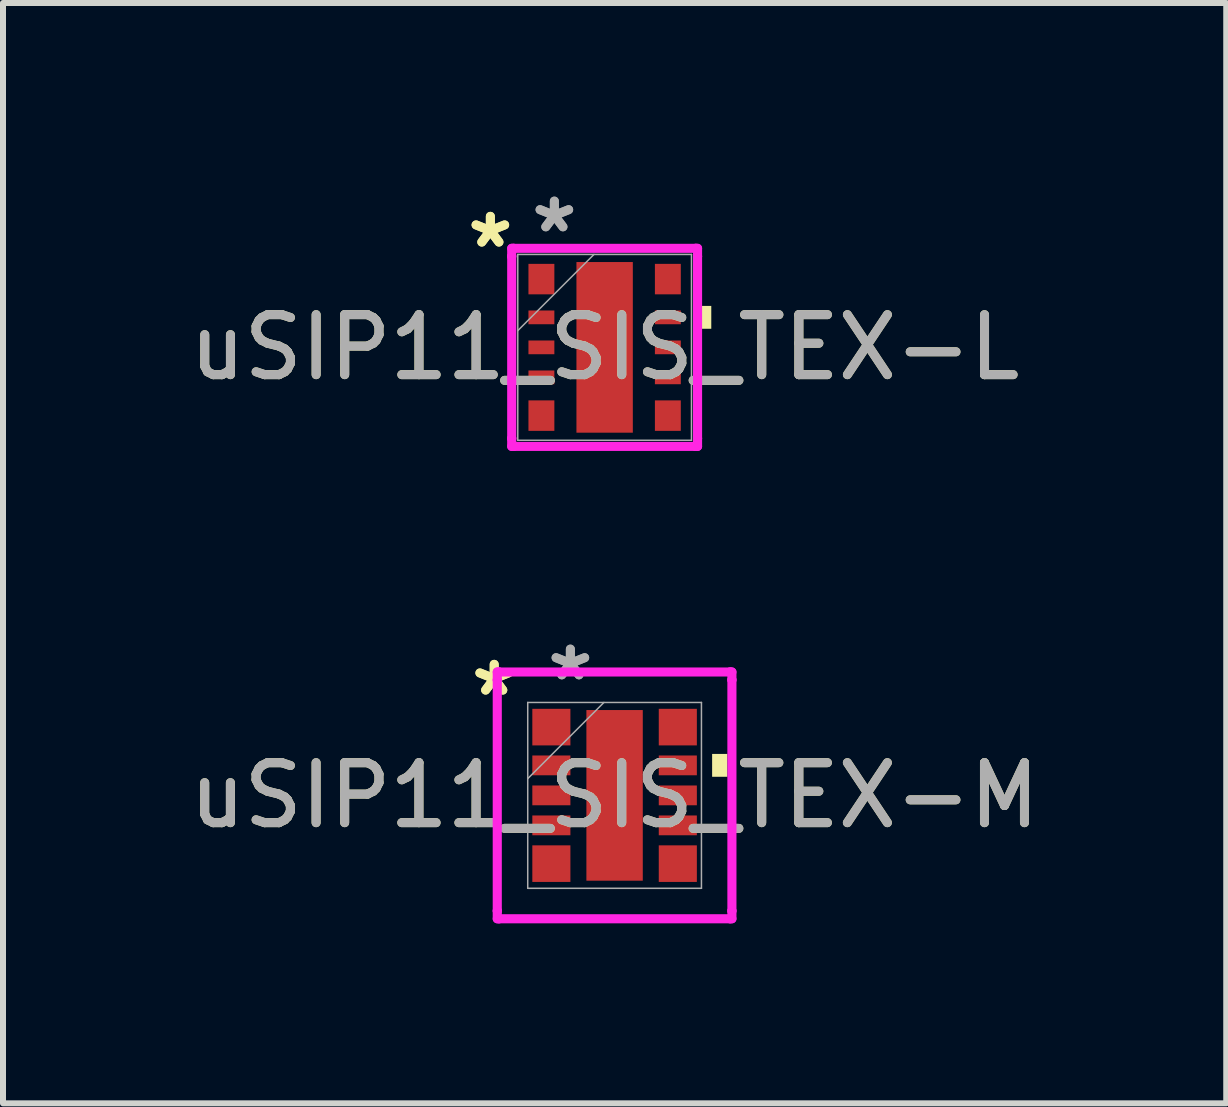
<source format=kicad_pcb>
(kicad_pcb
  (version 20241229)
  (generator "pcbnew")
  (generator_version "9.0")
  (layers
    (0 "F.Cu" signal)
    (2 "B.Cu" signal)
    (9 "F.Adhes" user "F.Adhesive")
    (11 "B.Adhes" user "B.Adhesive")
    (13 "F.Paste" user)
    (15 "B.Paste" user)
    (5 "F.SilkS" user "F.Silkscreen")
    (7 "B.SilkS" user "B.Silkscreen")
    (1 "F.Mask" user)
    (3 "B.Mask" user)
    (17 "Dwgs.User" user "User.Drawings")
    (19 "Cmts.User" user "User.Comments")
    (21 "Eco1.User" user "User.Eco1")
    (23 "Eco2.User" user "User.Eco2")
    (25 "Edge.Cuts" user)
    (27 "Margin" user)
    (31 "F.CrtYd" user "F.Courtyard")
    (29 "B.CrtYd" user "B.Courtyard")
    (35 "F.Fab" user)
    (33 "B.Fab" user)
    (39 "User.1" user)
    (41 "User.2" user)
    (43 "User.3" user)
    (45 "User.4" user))
  (footprint "uSIP11_SIS_TEX-M"
    (layer "F.Cu")
    (at 7.196 10.21)
    (property "Reference" "uSIP11_SIS_TEX-M" (at 0 0 0) (unlocked yes) (layer "F.SilkS") (effects (font (size 1 1) (thickness 0.15))))
    (attr smd)
    (fp_poly (pts (xy 1.88 -0.691) (xy 1.88 -0.31) (xy 1.626 -0.31) (xy 1.626 -0.691)) (stroke (width 0) (type solid)) (fill yes) (layer "F.SilkS"))
    (fp_poly (pts (xy -0.37 -1.322) (xy -0.37 -0.1) (xy 0.37 -0.1) (xy 0.37 -1.322)) (stroke (width 0) (type solid)) (fill yes) (layer "F.Paste"))
    (fp_poly (pts (xy -0.37 0.1) (xy -0.37 1.322) (xy 0.37 1.322) (xy 0.37 0.1)) (stroke (width 0) (type solid)) (fill yes) (layer "F.Paste"))
    (fp_line (start -1.956 -2.057) (end -1.925 -2.057) (stroke (width 0.152) (type solid)) (layer "F.CrtYd"))
    (fp_line (start -1.956 -1.925) (end -1.956 -2.057) (stroke (width 0.152) (type solid)) (layer "F.CrtYd"))
    (fp_line (start -1.956 -1.925) (end -1.956 -1.925) (stroke (width 0.152) (type solid)) (layer "F.CrtYd"))
    (fp_line (start -1.956 1.925) (end -1.956 -1.925) (stroke (width 0.152) (type solid)) (layer "F.CrtYd"))
    (fp_line (start -1.956 1.925) (end -1.956 1.925) (stroke (width 0.152) (type solid)) (layer "F.CrtYd"))
    (fp_line (start -1.956 2.057) (end -1.956 1.925) (stroke (width 0.152) (type solid)) (layer "F.CrtYd"))
    (fp_line (start -1.925 -2.057) (end -1.925 -2.057) (stroke (width 0.152) (type solid)) (layer "F.CrtYd"))
    (fp_line (start -1.925 -2.057) (end 1.925 -2.057) (stroke (width 0.152) (type solid)) (layer "F.CrtYd"))
    (fp_line (start -1.925 2.057) (end -1.956 2.057) (stroke (width 0.152) (type solid)) (layer "F.CrtYd"))
    (fp_line (start -1.925 2.057) (end -1.925 2.057) (stroke (width 0.152) (type solid)) (layer "F.CrtYd"))
    (fp_line (start 1.925 -2.057) (end 1.925 -2.057) (stroke (width 0.152) (type solid)) (layer "F.CrtYd"))
    (fp_line (start 1.925 -2.057) (end 1.956 -2.057) (stroke (width 0.152) (type solid)) (layer "F.CrtYd"))
    (fp_line (start 1.925 2.057) (end -1.925 2.057) (stroke (width 0.152) (type solid)) (layer "F.CrtYd"))
    (fp_line (start 1.925 2.057) (end 1.925 2.057) (stroke (width 0.152) (type solid)) (layer "F.CrtYd"))
    (fp_line (start 1.956 -2.057) (end 1.956 -1.925) (stroke (width 0.152) (type solid)) (layer "F.CrtYd"))
    (fp_line (start 1.956 -1.925) (end 1.956 -1.925) (stroke (width 0.152) (type solid)) (layer "F.CrtYd"))
    (fp_line (start 1.956 -1.925) (end 1.956 1.925) (stroke (width 0.152) (type solid)) (layer "F.CrtYd"))
    (fp_line (start 1.956 1.925) (end 1.956 1.925) (stroke (width 0.152) (type solid)) (layer "F.CrtYd"))
    (fp_line (start 1.956 1.925) (end 1.956 2.057) (stroke (width 0.152) (type solid)) (layer "F.CrtYd"))
    (fp_line (start 1.956 2.057) (end 1.925 2.057) (stroke (width 0.152) (type solid)) (layer "F.CrtYd"))
    (fp_line (start -1.448 -1.549) (end -1.448 1.549) (stroke (width 0.025) (type solid)) (layer "F.Fab"))
    (fp_line (start -1.448 -0.279) (end -0.178 -1.549) (stroke (width 0.025) (type solid)) (layer "F.Fab"))
    (fp_line (start -1.448 1.549) (end 1.448 1.549) (stroke (width 0.025) (type solid)) (layer "F.Fab"))
    (fp_line (start 1.448 -1.549) (end -1.448 -1.549) (stroke (width 0.025) (type solid)) (layer "F.Fab"))
    (fp_line (start 1.448 1.549) (end 1.448 -1.549) (stroke (width 0.025) (type solid)) (layer "F.Fab"))
    (fp_text user "*" (at -2.007 -1.639 0) (unlocked yes) (layer "F.SilkS") (effects (font (size 1 1) (thickness 0.15))))
    (fp_text user "*" (at -2.007 -1.639 0) (layer "F.SilkS") (effects (font (size 1 1) (thickness 0.15))))
    (fp_text user "*" (at -0.737 -1.893 0) (unlocked yes) (layer "F.Fab") (effects (font (size 1 1) (thickness 0.15))))
    (fp_text user "*" (at -0.737 -1.893 0) (layer "F.Fab") (effects (font (size 1 1) (thickness 0.15))))
    (fp_text user "${REFERENCE}" (at 0 0 0) (unlocked yes) (layer "F.Fab") (effects (font (size 1 1) (thickness 0.15))))
    (pad "1" smd rect (at -1.054 -1.138 90) (size 0.61 0.635) (layers "F.Cu" "F.Mask" "F.Paste"))
    (pad "2" smd rect (at -1.054 -0.5 90) (size 0.33 0.635) (layers "F.Cu" "F.Mask" "F.Paste"))
    (pad "3" smd rect (at -1.054 0 90) (size 0.33 0.635) (layers "F.Cu" "F.Mask" "F.Paste"))
    (pad "4" smd rect (at -1.054 0.5 90) (size 0.33 0.635) (layers "F.Cu" "F.Mask" "F.Paste"))
    (pad "5" smd rect (at -1.054 1.138 90) (size 0.61 0.635) (layers "F.Cu" "F.Mask" "F.Paste"))
    (pad "6" smd rect (at 1.054 1.138 90) (size 0.61 0.635) (layers "F.Cu" "F.Mask" "F.Paste"))
    (pad "7" smd rect (at 1.054 0.5 90) (size 0.33 0.635) (layers "F.Cu" "F.Mask" "F.Paste"))
    (pad "8" smd rect (at 1.054 0 90) (size 0.33 0.635) (layers "F.Cu" "F.Mask" "F.Paste"))
    (pad "9" smd rect (at 1.054 -0.5 90) (size 0.33 0.635) (layers "F.Cu" "F.Mask" "F.Paste"))
    (pad "10" smd rect (at 1.054 -1.138 90) (size 0.61 0.635) (layers "F.Cu" "F.Mask" "F.Paste"))
    (pad "11" smd rect (at 0 0) (size 0.94 2.845) (layers "F.Cu" "F.Mask")))
  (footprint "uSIP11_SIS_TEX-L"
    (layer "F.Cu")
    (at 7.03 2.741)
    (property "Reference" "uSIP11_SIS_TEX-L" (at 0 0 0) (unlocked yes) (layer "F.SilkS") (effects (font (size 1 1) (thickness 0.15))))
    (attr smd)
    (fp_poly (pts (xy 1.778 -0.691) (xy 1.778 -0.31) (xy 1.524 -0.31) (xy 1.524 -0.691)) (stroke (width 0) (type solid)) (fill yes) (layer "F.SilkS"))
    (fp_poly (pts (xy -0.37 -1.322) (xy -0.37 -0.1) (xy 0.37 -0.1) (xy 0.37 -1.322)) (stroke (width 0) (type solid)) (fill yes) (layer "F.Paste"))
    (fp_poly (pts (xy -0.37 0.1) (xy -0.37 1.322) (xy 0.37 1.322) (xy 0.37 0.1)) (stroke (width 0) (type solid)) (fill yes) (layer "F.Paste"))
    (fp_line (start -1.549 -1.651) (end -1.518 -1.651) (stroke (width 0.152) (type solid)) (layer "F.CrtYd"))
    (fp_line (start -1.549 -1.518) (end -1.549 -1.651) (stroke (width 0.152) (type solid)) (layer "F.CrtYd"))
    (fp_line (start -1.549 -1.518) (end -1.549 -1.518) (stroke (width 0.152) (type solid)) (layer "F.CrtYd"))
    (fp_line (start -1.549 1.518) (end -1.549 -1.518) (stroke (width 0.152) (type solid)) (layer "F.CrtYd"))
    (fp_line (start -1.549 1.518) (end -1.549 1.518) (stroke (width 0.152) (type solid)) (layer "F.CrtYd"))
    (fp_line (start -1.549 1.651) (end -1.549 1.518) (stroke (width 0.152) (type solid)) (layer "F.CrtYd"))
    (fp_line (start -1.518 -1.651) (end -1.518 -1.651) (stroke (width 0.152) (type solid)) (layer "F.CrtYd"))
    (fp_line (start -1.518 -1.651) (end 1.518 -1.651) (stroke (width 0.152) (type solid)) (layer "F.CrtYd"))
    (fp_line (start -1.518 1.651) (end -1.549 1.651) (stroke (width 0.152) (type solid)) (layer "F.CrtYd"))
    (fp_line (start -1.518 1.651) (end -1.518 1.651) (stroke (width 0.152) (type solid)) (layer "F.CrtYd"))
    (fp_line (start 1.518 -1.651) (end 1.518 -1.651) (stroke (width 0.152) (type solid)) (layer "F.CrtYd"))
    (fp_line (start 1.518 -1.651) (end 1.549 -1.651) (stroke (width 0.152) (type solid)) (layer "F.CrtYd"))
    (fp_line (start 1.518 1.651) (end -1.518 1.651) (stroke (width 0.152) (type solid)) (layer "F.CrtYd"))
    (fp_line (start 1.518 1.651) (end 1.518 1.651) (stroke (width 0.152) (type solid)) (layer "F.CrtYd"))
    (fp_line (start 1.549 -1.651) (end 1.549 -1.518) (stroke (width 0.152) (type solid)) (layer "F.CrtYd"))
    (fp_line (start 1.549 -1.518) (end 1.549 -1.518) (stroke (width 0.152) (type solid)) (layer "F.CrtYd"))
    (fp_line (start 1.549 -1.518) (end 1.549 1.518) (stroke (width 0.152) (type solid)) (layer "F.CrtYd"))
    (fp_line (start 1.549 1.518) (end 1.549 1.518) (stroke (width 0.152) (type solid)) (layer "F.CrtYd"))
    (fp_line (start 1.549 1.518) (end 1.549 1.651) (stroke (width 0.152) (type solid)) (layer "F.CrtYd"))
    (fp_line (start 1.549 1.651) (end 1.518 1.651) (stroke (width 0.152) (type solid)) (layer "F.CrtYd"))
    (fp_line (start -1.448 -1.549) (end -1.448 1.549) (stroke (width 0.025) (type solid)) (layer "F.Fab"))
    (fp_line (start -1.448 -0.279) (end -0.178 -1.549) (stroke (width 0.025) (type solid)) (layer "F.Fab"))
    (fp_line (start -1.448 1.549) (end 1.448 1.549) (stroke (width 0.025) (type solid)) (layer "F.Fab"))
    (fp_line (start 1.448 -1.549) (end -1.448 -1.549) (stroke (width 0.025) (type solid)) (layer "F.Fab"))
    (fp_line (start 1.448 1.549) (end 1.448 -1.549) (stroke (width 0.025) (type solid)) (layer "F.Fab"))
    (fp_text user "*" (at -1.905 -1.639 0) (layer "F.SilkS") (effects (font (size 1 1) (thickness 0.15))))
    (fp_text user "*" (at -1.905 -1.639 0) (unlocked yes) (layer "F.SilkS") (effects (font (size 1 1) (thickness 0.15))))
    (fp_text user "*" (at -0.838 -1.893 0) (unlocked yes) (layer "F.Fab") (effects (font (size 1 1) (thickness 0.15))))
    (fp_text user "*" (at -0.838 -1.893 0) (layer "F.Fab") (effects (font (size 1 1) (thickness 0.15))))
    (fp_text user "${REFERENCE}" (at 0 0 0) (unlocked yes) (layer "F.Fab") (effects (font (size 1 1) (thickness 0.15))))
    (pad "1" smd rect (at -1.054 -1.138 90) (size 0.508 0.432) (layers "F.Cu" "F.Mask" "F.Paste"))
    (pad "2" smd rect (at -1.054 -0.5 90) (size 0.229 0.432) (layers "F.Cu" "F.Mask" "F.Paste"))
    (pad "3" smd rect (at -1.054 0 90) (size 0.229 0.432) (layers "F.Cu" "F.Mask" "F.Paste"))
    (pad "4" smd rect (at -1.054 0.5 90) (size 0.229 0.432) (layers "F.Cu" "F.Mask" "F.Paste"))
    (pad "5" smd rect (at -1.054 1.138 90) (size 0.508 0.432) (layers "F.Cu" "F.Mask" "F.Paste"))
    (pad "6" smd rect (at 1.054 1.138 90) (size 0.508 0.432) (layers "F.Cu" "F.Mask" "F.Paste"))
    (pad "7" smd rect (at 1.054 0.5 90) (size 0.229 0.432) (layers "F.Cu" "F.Mask" "F.Paste"))
    (pad "8" smd rect (at 1.054 0 90) (size 0.229 0.432) (layers "F.Cu" "F.Mask" "F.Paste"))
    (pad "9" smd rect (at 1.054 -0.5 90) (size 0.229 0.432) (layers "F.Cu" "F.Mask" "F.Paste"))
    (pad "10" smd rect (at 1.054 -1.138 90) (size 0.508 0.432) (layers "F.Cu" "F.Mask" "F.Paste"))
    (pad "11" smd rect (at 0 0) (size 0.94 2.845) (layers "F.Cu" "F.Mask")))
  (gr_rect
    (start -3 -3)
    (end 17.393 15.344)
    (stroke (width 0.1) (type default))
    (fill no)
    (layer "Edge.Cuts")))
</source>
